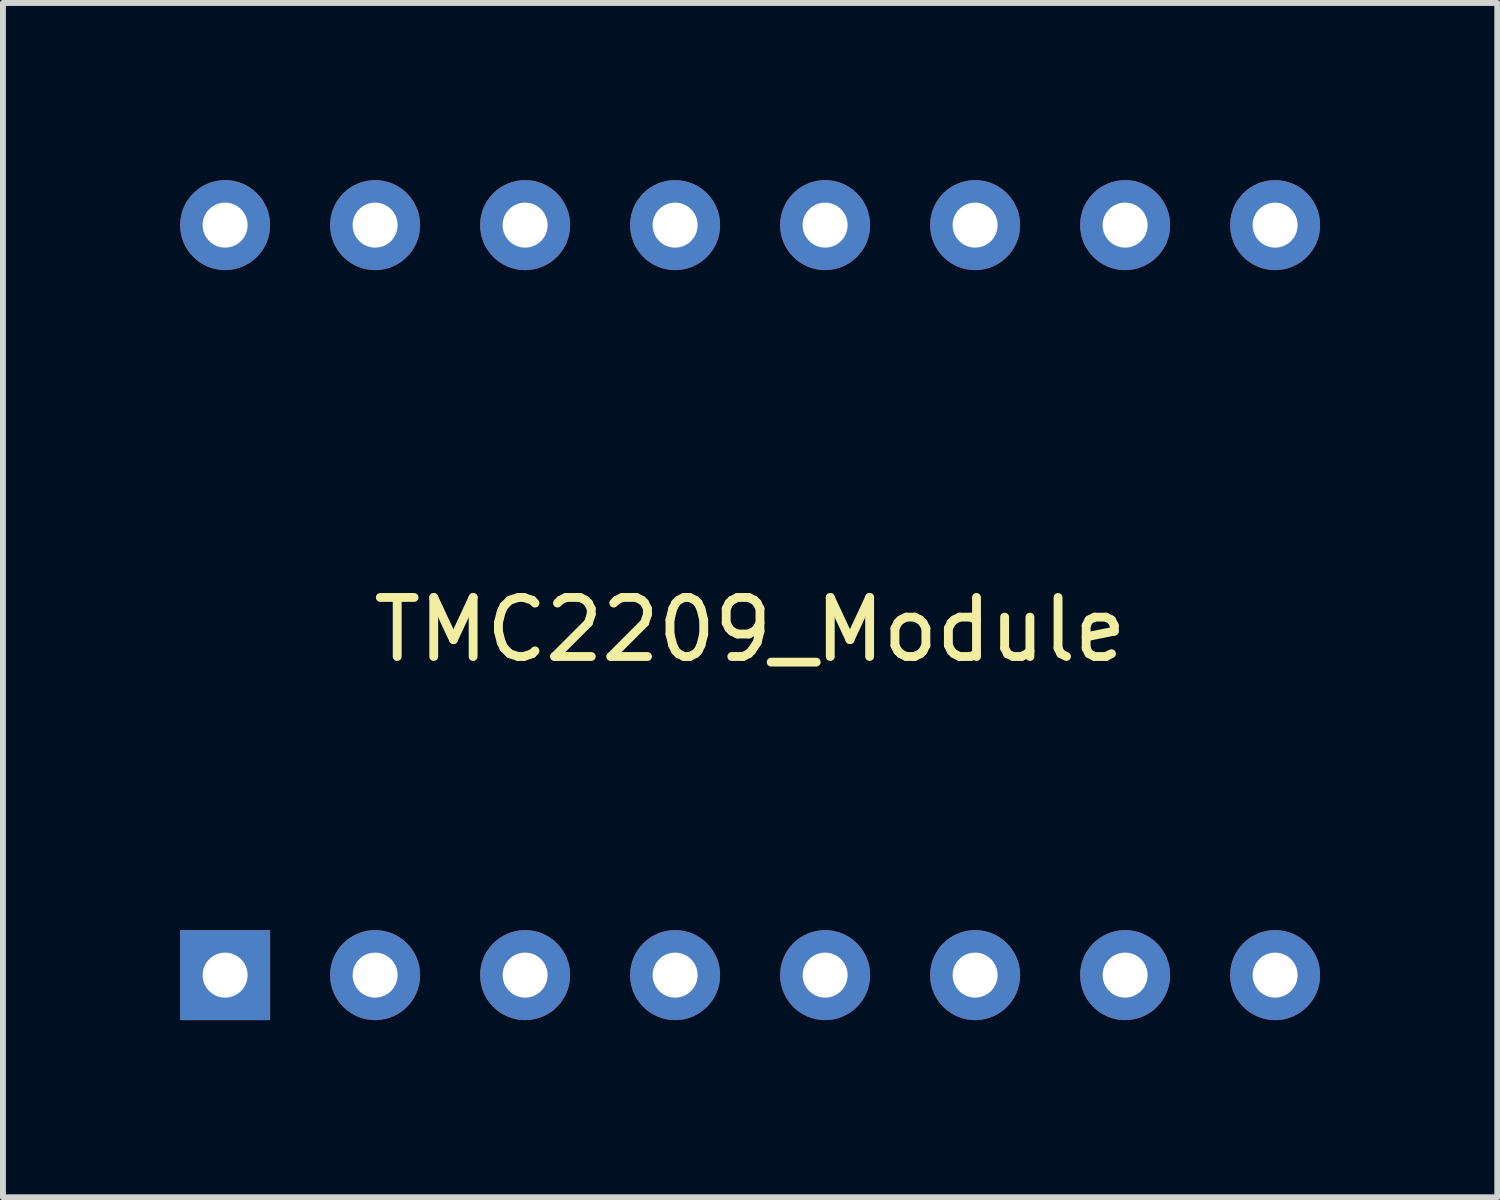
<source format=kicad_pcb>
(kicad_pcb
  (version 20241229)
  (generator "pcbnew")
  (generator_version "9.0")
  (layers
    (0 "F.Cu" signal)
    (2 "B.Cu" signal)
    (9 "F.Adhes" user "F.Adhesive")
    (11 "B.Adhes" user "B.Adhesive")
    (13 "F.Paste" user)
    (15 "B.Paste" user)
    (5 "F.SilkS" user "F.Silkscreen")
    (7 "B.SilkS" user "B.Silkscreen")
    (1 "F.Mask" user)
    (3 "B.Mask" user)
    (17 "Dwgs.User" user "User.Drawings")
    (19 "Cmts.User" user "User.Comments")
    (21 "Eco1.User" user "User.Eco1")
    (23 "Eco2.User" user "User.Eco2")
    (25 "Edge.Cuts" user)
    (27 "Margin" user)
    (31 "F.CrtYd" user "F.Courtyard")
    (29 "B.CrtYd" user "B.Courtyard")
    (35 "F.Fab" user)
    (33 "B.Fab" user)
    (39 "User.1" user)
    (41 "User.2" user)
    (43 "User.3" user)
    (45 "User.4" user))
  (footprint "TMC2209_Module"
    (layer "F.Cu")
    (at 9.652 7.112)
    (property "Reference" "TMC2209_Module" (at 0 0.5 0) (layer "F.SilkS") (effects (font (size 1 1) (thickness 0.15))))
    (attr through_hole)
    (pad "1" thru_hole rect (at -8.89 6.35) (size 1.524 1.524) (drill 0.762) (layers "*.Cu" "*.Mask"))
    (pad "2" thru_hole circle (at -6.35 6.35) (size 1.524 1.524) (drill 0.762) (layers "*.Cu" "*.Mask"))
    (pad "3" thru_hole circle (at -3.81 6.35) (size 1.524 1.524) (drill 0.762) (layers "*.Cu" "*.Mask"))
    (pad "4" thru_hole circle (at -1.27 6.35) (size 1.524 1.524) (drill 0.762) (layers "*.Cu" "*.Mask"))
    (pad "5" thru_hole circle (at 1.27 6.35) (size 1.524 1.524) (drill 0.762) (layers "*.Cu" "*.Mask"))
    (pad "6" thru_hole circle (at 3.81 6.35) (size 1.524 1.524) (drill 0.762) (layers "*.Cu" "*.Mask"))
    (pad "7" thru_hole circle (at 6.35 6.35) (size 1.524 1.524) (drill 0.762) (layers "*.Cu" "*.Mask"))
    (pad "8" thru_hole circle (at 8.89 6.35) (size 1.524 1.524) (drill 0.762) (layers "*.Cu" "*.Mask"))
    (pad "9" thru_hole circle (at 8.89 -6.35) (size 1.524 1.524) (drill 0.762) (layers "*.Cu" "*.Mask"))
    (pad "10" thru_hole circle (at 6.35 -6.35) (size 1.524 1.524) (drill 0.762) (layers "*.Cu" "*.Mask"))
    (pad "11" thru_hole circle (at 3.81 -6.35) (size 1.524 1.524) (drill 0.762) (layers "*.Cu" "*.Mask"))
    (pad "12" thru_hole circle (at 1.27 -6.35) (size 1.524 1.524) (drill 0.762) (layers "*.Cu" "*.Mask"))
    (pad "13" thru_hole circle (at -1.27 -6.35) (size 1.524 1.524) (drill 0.762) (layers "*.Cu" "*.Mask"))
    (pad "14" thru_hole circle (at -3.81 -6.35) (size 1.524 1.524) (drill 0.762) (layers "*.Cu" "*.Mask"))
    (pad "15" thru_hole circle (at -6.35 -6.35) (size 1.524 1.524) (drill 0.762) (layers "*.Cu" "*.Mask"))
    (pad "16" thru_hole circle (at -8.89 -6.35) (size 1.524 1.524) (drill 0.762) (layers "*.Cu" "*.Mask")))
  (gr_rect
    (start -3 -3)
    (end 22.304 17.224)
    (stroke (width 0.1) (type default))
    (fill no)
    (layer "Edge.Cuts")))
</source>
